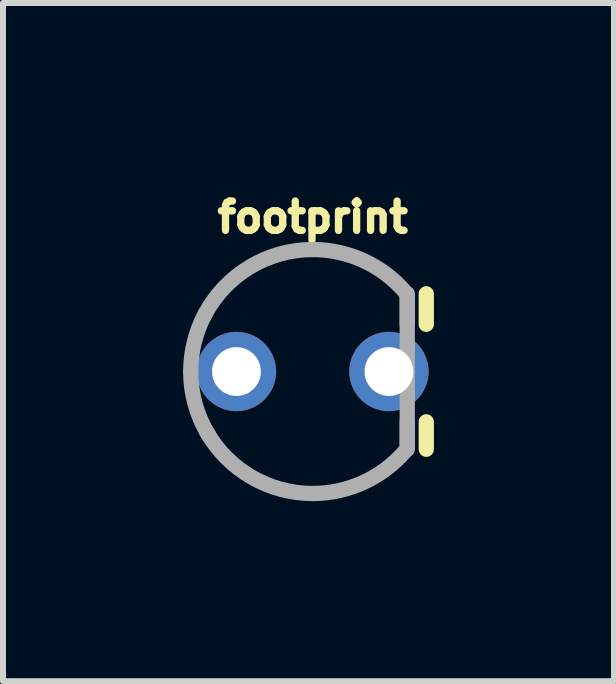
<source format=kicad_pcb>
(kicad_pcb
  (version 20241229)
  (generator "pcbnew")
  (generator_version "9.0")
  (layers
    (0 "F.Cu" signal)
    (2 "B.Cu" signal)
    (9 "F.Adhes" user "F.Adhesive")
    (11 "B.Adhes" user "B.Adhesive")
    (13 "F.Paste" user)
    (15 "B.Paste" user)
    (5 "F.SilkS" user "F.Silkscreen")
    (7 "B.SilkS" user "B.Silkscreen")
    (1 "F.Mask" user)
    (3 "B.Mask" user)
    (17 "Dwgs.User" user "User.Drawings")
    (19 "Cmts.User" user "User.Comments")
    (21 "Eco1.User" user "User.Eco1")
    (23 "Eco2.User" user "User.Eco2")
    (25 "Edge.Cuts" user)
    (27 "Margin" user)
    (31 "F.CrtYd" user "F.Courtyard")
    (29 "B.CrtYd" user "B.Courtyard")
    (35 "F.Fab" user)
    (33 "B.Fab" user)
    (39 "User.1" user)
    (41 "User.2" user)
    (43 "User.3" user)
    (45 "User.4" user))
  (footprint "footprint"
    (layer "F.Cu")
    (at 2.159 3.139)
    (property "Reference" "footprint" (at 0 -2.286 0) (layer "F.SilkS") (effects (font (size 0.488 0.488) (thickness 0.122)) (justify bottom)))
    (fp_line (start 1.892 -1.295) (end 1.892 -0.787) (stroke (width 0.254) (type solid)) (layer "F.SilkS"))
    (fp_line (start 1.892 1.295) (end 1.892 0.838) (stroke (width 0.254) (type solid)) (layer "F.SilkS"))
    (fp_line (start 1.575 -1.295) (end 1.575 -0.787) (stroke (width 0.254) (type solid)) (layer "F.Fab"))
    (fp_line (start 1.575 1.27) (end 1.575 -1.27) (stroke (width 0.254) (type solid)) (layer "F.Fab"))
    (fp_line (start 1.575 1.295) (end 1.575 0.838) (stroke (width 0.254) (type solid)) (layer "F.Fab"))
    (fp_arc (start -2.032 0) (mid -1.970339 -0.496775) (end -1.7891 -0.9634) (stroke (width 0.254) (type solid)) (layer "F.Fab"))
    (fp_arc (start -1.7929 -0.9562) (mid -1.045438 -1.7424) (end 0 -2.032) (stroke (width 0.254) (type solid)) (layer "F.Fab"))
    (fp_arc (start -1.7306 1.065) (mid -1.95521 0.553417) (end -2.032 0) (stroke (width 0.254) (type solid)) (layer "F.Fab"))
    (fp_arc (start 0 -2.032) (mid 0.861864 -1.840173) (end 1.561 -1.3009) (stroke (width 0.254) (type solid)) (layer "F.Fab"))
    (fp_arc (start 0 2.032) (mid -1.019924 1.757525) (end -1.7643 1.0082) (stroke (width 0.254) (type solid)) (layer "F.Fab"))
    (fp_arc (start 1.5512 1.3126) (mid 0.854953 1.843405) (end 0 2.032) (stroke (width 0.254) (type solid)) (layer "F.Fab"))
    (pad "A" thru_hole circle (at -1.27 0) (size 1.321 1.321) (drill 0.813) (layers "*.Cu" "*.Mask"))
    (pad "K" thru_hole circle (at 1.27 0) (size 1.321 1.321) (drill 0.813) (layers "*.Cu" "*.Mask")))
  (gr_rect
    (start -3 -3)
    (end 7.178 8.298)
    (stroke (width 0.1) (type default))
    (fill no)
    (layer "Edge.Cuts")))
</source>
